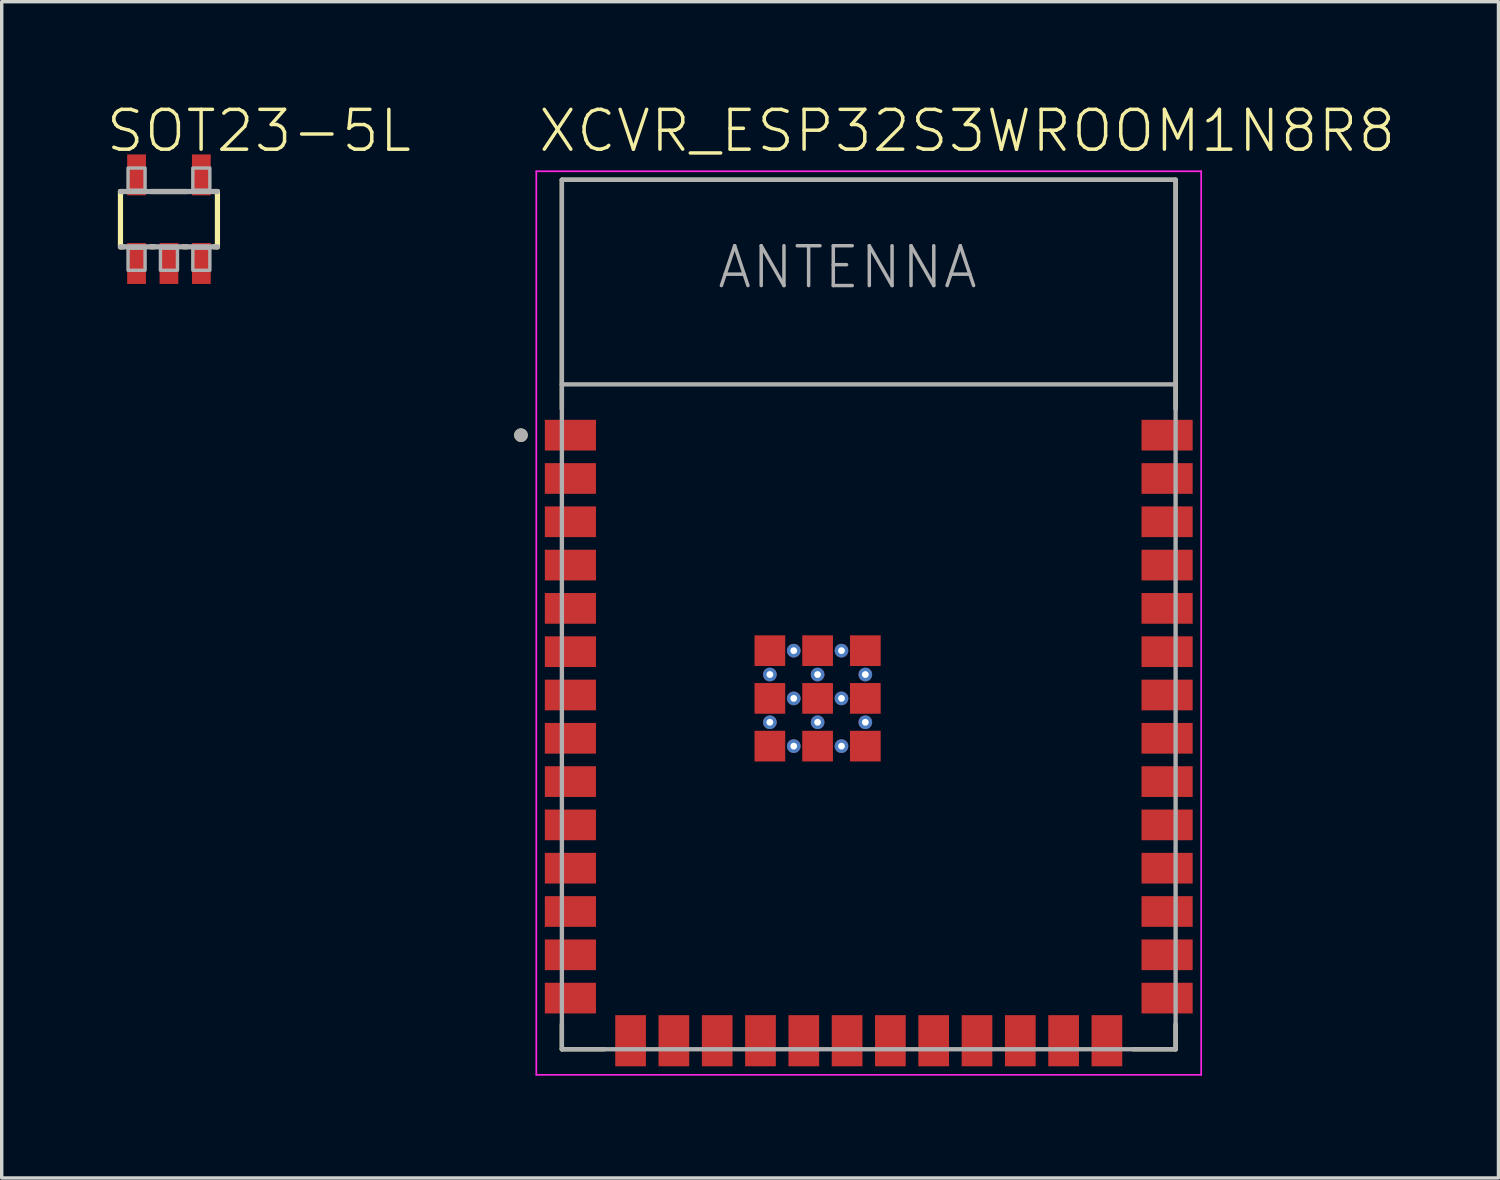
<source format=kicad_pcb>
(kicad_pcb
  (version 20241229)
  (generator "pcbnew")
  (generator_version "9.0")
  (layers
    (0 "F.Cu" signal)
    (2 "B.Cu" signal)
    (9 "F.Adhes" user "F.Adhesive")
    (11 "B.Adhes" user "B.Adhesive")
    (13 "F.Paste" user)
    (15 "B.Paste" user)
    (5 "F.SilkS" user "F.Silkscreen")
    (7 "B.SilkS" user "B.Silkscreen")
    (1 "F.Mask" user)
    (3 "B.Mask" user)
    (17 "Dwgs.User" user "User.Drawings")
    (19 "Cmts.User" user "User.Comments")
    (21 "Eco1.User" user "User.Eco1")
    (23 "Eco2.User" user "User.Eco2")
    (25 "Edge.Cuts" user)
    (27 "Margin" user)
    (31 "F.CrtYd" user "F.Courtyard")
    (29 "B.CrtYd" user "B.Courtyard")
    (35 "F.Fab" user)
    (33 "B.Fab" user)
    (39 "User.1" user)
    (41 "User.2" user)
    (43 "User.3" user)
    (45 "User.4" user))
  (footprint "SOT23-5L"
    (layer "F.Cu")
    (at 1.905 3.378)
    (property "Reference" "SOT23-5L" (at -1.905 -1.905 0) (unlocked yes) (layer "F.SilkS") (effects (font (size 1.168 1.168) (thickness 0.102)) (justify left bottom)))
    (fp_line (start -1.422 -0.81) (end -1.328 -0.81) (stroke (width 0.152) (type solid)) (layer "F.SilkS"))
    (fp_line (start -1.422 0.81) (end -1.422 -0.81) (stroke (width 0.152) (type solid)) (layer "F.SilkS"))
    (fp_line (start -1.328 0.81) (end -1.422 0.81) (stroke (width 0.152) (type solid)) (layer "F.SilkS"))
    (fp_line (start -0.522 -0.81) (end 0.522 -0.81) (stroke (width 0.152) (type solid)) (layer "F.SilkS"))
    (fp_line (start -0.428 0.81) (end -0.522 0.81) (stroke (width 0.152) (type solid)) (layer "F.SilkS"))
    (fp_line (start 0.522 0.81) (end 0.428 0.81) (stroke (width 0.152) (type solid)) (layer "F.SilkS"))
    (fp_line (start 1.328 -0.81) (end 1.422 -0.81) (stroke (width 0.152) (type solid)) (layer "F.SilkS"))
    (fp_line (start 1.422 -0.81) (end 1.422 0.81) (stroke (width 0.152) (type solid)) (layer "F.SilkS"))
    (fp_line (start 1.422 0.81) (end 1.328 0.81) (stroke (width 0.152) (type solid)) (layer "F.SilkS"))
    (fp_line (start -1.422 -0.81) (end 1.422 -0.81) (stroke (width 0.152) (type solid)) (layer "F.Fab"))
    (fp_line (start 1.422 0.81) (end -1.422 0.81) (stroke (width 0.152) (type solid)) (layer "F.Fab"))
    (fp_poly (pts (xy -1.2 -0.85) (xy -0.7 -0.85) (xy -0.7 -1.5) (xy -1.2 -1.5)) (stroke (width 0.1) (type default)) (fill no) (layer "F.Fab"))
    (fp_poly (pts (xy -1.2 1.5) (xy -0.7 1.5) (xy -0.7 0.85) (xy -1.2 0.85)) (stroke (width 0.1) (type default)) (fill no) (layer "F.Fab"))
    (fp_poly (pts (xy -0.25 1.5) (xy 0.25 1.5) (xy 0.25 0.85) (xy -0.25 0.85)) (stroke (width 0.1) (type default)) (fill no) (layer "F.Fab"))
    (fp_poly (pts (xy 0.7 -0.85) (xy 1.2 -0.85) (xy 1.2 -1.5) (xy 0.7 -1.5)) (stroke (width 0.1) (type default)) (fill no) (layer "F.Fab"))
    (fp_poly (pts (xy 0.7 1.5) (xy 1.2 1.5) (xy 1.2 0.85) (xy 0.7 0.85)) (stroke (width 0.1) (type default)) (fill no) (layer "F.Fab"))
    (pad "1" smd rect (at -0.95 1.3) (size 0.55 1.2) (layers "F.Cu" "F.Mask" "F.Paste"))
    (pad "2" smd rect (at 0 1.3) (size 0.55 1.2) (layers "F.Cu" "F.Mask" "F.Paste"))
    (pad "3" smd rect (at 0.95 1.3) (size 0.55 1.2) (layers "F.Cu" "F.Mask" "F.Paste"))
    (pad "4" smd rect (at 0.95 -1.3) (size 0.55 1.2) (layers "F.Cu" "F.Mask" "F.Paste"))
    (pad "5" smd rect (at -0.95 -1.3) (size 0.55 1.2) (layers "F.Cu" "F.Mask" "F.Paste")))
  (footprint "XCVR_ESP32S3WROOM1N8R8"
    (layer "F.Cu")
    (at 22.429 14.973)
    (property "Reference" "XCVR_ESP32S3WROOM1N8R8" (at -9.75 -13.5 0) (unlocked yes) (layer "F.SilkS") (effects (font (size 1.168 1.168) (thickness 0.102)) (justify left bottom)))
    (fp_line (start -9 -12.75) (end 9 -12.75) (stroke (width 0.127) (type solid)) (layer "F.SilkS"))
    (fp_line (start -9 -6.03) (end -9 -12.75) (stroke (width 0.127) (type solid)) (layer "F.SilkS"))
    (fp_line (start -9 12.02) (end -9 12.75) (stroke (width 0.127) (type solid)) (layer "F.SilkS"))
    (fp_line (start -9 12.75) (end -7.755 12.75) (stroke (width 0.127) (type solid)) (layer "F.SilkS"))
    (fp_line (start 9 -12.75) (end 9 -6.03) (stroke (width 0.127) (type solid)) (layer "F.SilkS"))
    (fp_line (start 9 12.02) (end 9 12.75) (stroke (width 0.127) (type solid)) (layer "F.SilkS"))
    (fp_line (start 9 12.75) (end 7.755 12.75) (stroke (width 0.127) (type solid)) (layer "F.SilkS"))
    (fp_circle (center -10.2 -5.26) (end -10.1 -5.26) (stroke (width 0.2) (type solid)) (fill no) (layer "F.SilkS"))
    (fp_line (start -9.75 -13) (end 9.75 -13) (stroke (width 0.05) (type solid)) (layer "F.CrtYd"))
    (fp_line (start -9.75 13.5) (end -9.75 -13) (stroke (width 0.05) (type solid)) (layer "F.CrtYd"))
    (fp_line (start -9.75 13.5) (end 9.75 13.5) (stroke (width 0.05) (type solid)) (layer "F.CrtYd"))
    (fp_line (start 9.75 -13) (end 9.75 13.5) (stroke (width 0.05) (type solid)) (layer "F.CrtYd"))
    (fp_line (start -9 -12.75) (end 9 -12.75) (stroke (width 0.127) (type solid)) (layer "F.Fab"))
    (fp_line (start -9 -6.75) (end -9 -12.75) (stroke (width 0.127) (type solid)) (layer "F.Fab"))
    (fp_line (start -9 -6.75) (end 9 -6.75) (stroke (width 0.127) (type solid)) (layer "F.Fab"))
    (fp_line (start -9 12.75) (end -9 -6.75) (stroke (width 0.127) (type solid)) (layer "F.Fab"))
    (fp_line (start 9 -12.75) (end 9 -6.75) (stroke (width 0.127) (type solid)) (layer "F.Fab"))
    (fp_line (start 9 -6.75) (end 9 12.75) (stroke (width 0.127) (type solid)) (layer "F.Fab"))
    (fp_line (start 9 12.75) (end -9 12.75) (stroke (width 0.127) (type solid)) (layer "F.Fab"))
    (fp_circle (center -10.2 -5.26) (end -10.1 -5.26) (stroke (width 0.2) (type solid)) (fill no) (layer "F.Fab"))
    (fp_text user "ANTENNA" (at -4.5 -9.5 0) (unlocked yes) (layer "F.Fab") (effects (font (size 1.168 1.168) (thickness 0.102)) (justify left bottom)))
    (pad "1" smd rect (at -8.75 -5.26) (size 1.5 0.9) (layers "F.Cu" "F.Mask" "F.Paste"))
    (pad "2" smd rect (at -8.75 -3.99) (size 1.5 0.9) (layers "F.Cu" "F.Mask" "F.Paste"))
    (pad "3" smd rect (at -8.75 -2.72) (size 1.5 0.9) (layers "F.Cu" "F.Mask" "F.Paste"))
    (pad "4" smd rect (at -8.75 -1.45) (size 1.5 0.9) (layers "F.Cu" "F.Mask" "F.Paste"))
    (pad "5" smd rect (at -8.75 -0.18) (size 1.5 0.9) (layers "F.Cu" "F.Mask" "F.Paste"))
    (pad "6" smd rect (at -8.75 1.09) (size 1.5 0.9) (layers "F.Cu" "F.Mask" "F.Paste"))
    (pad "7" smd rect (at -8.75 2.36) (size 1.5 0.9) (layers "F.Cu" "F.Mask" "F.Paste"))
    (pad "8" smd rect (at -8.75 3.63) (size 1.5 0.9) (layers "F.Cu" "F.Mask" "F.Paste"))
    (pad "9" smd rect (at -8.75 4.9) (size 1.5 0.9) (layers "F.Cu" "F.Mask" "F.Paste"))
    (pad "10" smd rect (at -8.75 6.17) (size 1.5 0.9) (layers "F.Cu" "F.Mask" "F.Paste"))
    (pad "11" smd rect (at -8.75 7.44) (size 1.5 0.9) (layers "F.Cu" "F.Mask" "F.Paste"))
    (pad "12" smd rect (at -8.75 8.71) (size 1.5 0.9) (layers "F.Cu" "F.Mask" "F.Paste"))
    (pad "13" smd rect (at -8.75 9.98) (size 1.5 0.9) (layers "F.Cu" "F.Mask" "F.Paste"))
    (pad "14" smd rect (at -8.75 11.25) (size 1.5 0.9) (layers "F.Cu" "F.Mask" "F.Paste"))
    (pad "15" smd rect (at -6.985 12.5) (size 0.9 1.5) (layers "F.Cu" "F.Mask" "F.Paste"))
    (pad "16" smd rect (at -5.715 12.5) (size 0.9 1.5) (layers "F.Cu" "F.Mask" "F.Paste"))
    (pad "17" smd rect (at -4.445 12.5) (size 0.9 1.5) (layers "F.Cu" "F.Mask" "F.Paste"))
    (pad "18" smd rect (at -3.175 12.5) (size 0.9 1.5) (layers "F.Cu" "F.Mask" "F.Paste"))
    (pad "19" smd rect (at -1.905 12.5) (size 0.9 1.5) (layers "F.Cu" "F.Mask" "F.Paste"))
    (pad "20" smd rect (at -0.635 12.5) (size 0.9 1.5) (layers "F.Cu" "F.Mask" "F.Paste"))
    (pad "21" smd rect (at 0.635 12.5) (size 0.9 1.5) (layers "F.Cu" "F.Mask" "F.Paste"))
    (pad "22" smd rect (at 1.905 12.5) (size 0.9 1.5) (layers "F.Cu" "F.Mask" "F.Paste"))
    (pad "23" smd rect (at 3.175 12.5) (size 0.9 1.5) (layers "F.Cu" "F.Mask" "F.Paste"))
    (pad "24" smd rect (at 4.445 12.5) (size 0.9 1.5) (layers "F.Cu" "F.Mask" "F.Paste"))
    (pad "25" smd rect (at 5.715 12.5) (size 0.9 1.5) (layers "F.Cu" "F.Mask" "F.Paste"))
    (pad "26" smd rect (at 6.985 12.5) (size 0.9 1.5) (layers "F.Cu" "F.Mask" "F.Paste"))
    (pad "27" smd rect (at 8.75 11.25) (size 1.5 0.9) (layers "F.Cu" "F.Mask" "F.Paste"))
    (pad "28" smd rect (at 8.75 9.98) (size 1.5 0.9) (layers "F.Cu" "F.Mask" "F.Paste"))
    (pad "29" smd rect (at 8.75 8.71) (size 1.5 0.9) (layers "F.Cu" "F.Mask" "F.Paste"))
    (pad "30" smd rect (at 8.75 7.44) (size 1.5 0.9) (layers "F.Cu" "F.Mask" "F.Paste"))
    (pad "31" smd rect (at 8.75 6.17) (size 1.5 0.9) (layers "F.Cu" "F.Mask" "F.Paste"))
    (pad "32" smd rect (at 8.75 4.9) (size 1.5 0.9) (layers "F.Cu" "F.Mask" "F.Paste"))
    (pad "33" smd rect (at 8.75 3.63) (size 1.5 0.9) (layers "F.Cu" "F.Mask" "F.Paste"))
    (pad "34" smd rect (at 8.75 2.36) (size 1.5 0.9) (layers "F.Cu" "F.Mask" "F.Paste"))
    (pad "35" smd rect (at 8.75 1.09) (size 1.5 0.9) (layers "F.Cu" "F.Mask" "F.Paste"))
    (pad "36" smd rect (at 8.75 -0.18) (size 1.5 0.9) (layers "F.Cu" "F.Mask" "F.Paste"))
    (pad "37" smd rect (at 8.75 -1.45) (size 1.5 0.9) (layers "F.Cu" "F.Mask" "F.Paste"))
    (pad "38" smd rect (at 8.75 -2.72) (size 1.5 0.9) (layers "F.Cu" "F.Mask" "F.Paste"))
    (pad "39" smd rect (at 8.75 -3.99) (size 1.5 0.9) (layers "F.Cu" "F.Mask" "F.Paste"))
    (pad "40" smd rect (at 8.75 -5.26) (size 1.5 0.9) (layers "F.Cu" "F.Mask" "F.Paste"))
    (pad "41_1" smd rect (at -1.5 2.46) (size 0.9 0.9) (layers "F.Cu" "F.Mask" "F.Paste"))
    (pad "41_2" smd rect (at -2.9 2.46) (size 0.9 0.9) (layers "F.Cu" "F.Mask" "F.Paste"))
    (pad "41_3" smd rect (at -0.1 2.46) (size 0.9 0.9) (layers "F.Cu" "F.Mask" "F.Paste"))
    (pad "41_4" smd rect (at -2.9 3.86) (size 0.9 0.9) (layers "F.Cu" "F.Mask" "F.Paste"))
    (pad "41_5" smd rect (at -1.5 3.86) (size 0.9 0.9) (layers "F.Cu" "F.Mask" "F.Paste"))
    (pad "41_6" smd rect (at -0.1 3.86) (size 0.9 0.9) (layers "F.Cu" "F.Mask" "F.Paste"))
    (pad "41_7" smd rect (at -2.9 1.06) (size 0.9 0.9) (layers "F.Cu" "F.Mask" "F.Paste"))
    (pad "41_8" smd rect (at -1.5 1.06) (size 0.9 0.9) (layers "F.Cu" "F.Mask" "F.Paste"))
    (pad "41_9" smd rect (at -0.1 1.06) (size 0.9 0.9) (layers "F.Cu" "F.Mask" "F.Paste"))
    (pad "41_10" thru_hole circle (at -1.5 1.76) (size 0.4 0.4) (drill 0.2) (layers "*.Cu"))
    (pad "41_11" thru_hole circle (at -2.9 1.76) (size 0.4 0.4) (drill 0.2) (layers "*.Cu"))
    (pad "41_12" thru_hole circle (at -0.1 1.76) (size 0.4 0.4) (drill 0.2) (layers "*.Cu"))
    (pad "41_13" thru_hole circle (at -2.9 3.16) (size 0.4 0.4) (drill 0.2) (layers "*.Cu"))
    (pad "41_14" thru_hole circle (at -1.5 3.16) (size 0.4 0.4) (drill 0.2) (layers "*.Cu"))
    (pad "41_15" thru_hole circle (at -0.1 3.16) (size 0.4 0.4) (drill 0.2) (layers "*.Cu"))
    (pad "41_16" thru_hole circle (at -2.2 1.06) (size 0.4 0.4) (drill 0.2) (layers "*.Cu"))
    (pad "41_17" thru_hole circle (at -0.8 1.06) (size 0.4 0.4) (drill 0.2) (layers "*.Cu"))
    (pad "41_18" thru_hole circle (at -2.2 2.46) (size 0.4 0.4) (drill 0.2) (layers "*.Cu"))
    (pad "41_19" thru_hole circle (at -0.8 2.46) (size 0.4 0.4) (drill 0.2) (layers "*.Cu"))
    (pad "41_20" thru_hole circle (at -2.2 3.86) (size 0.4 0.4) (drill 0.2) (layers "*.Cu"))
    (pad "41_21" thru_hole circle (at -0.8 3.86) (size 0.4 0.4) (drill 0.2) (layers "*.Cu"))
    (zone (net_name "") (layer "F.Cu") (hatch edge 0.5) (connect_pads) (min_thickness 0.25) (filled_areas_thickness no) (keepout (tracks not_allowed) (vias not_allowed) (pads not_allowed) (copperpour not_allowed) (footprints allowed)) (placement (enabled no)) (fill) (polygon (pts (xy 13.429 8.223) (xy 31.429 8.223) (xy 31.429 2.223) (xy 13.429 2.223))))
    (zone (net_name "") (layers "F.Cu" "B.Cu") (hatch edge 0.5) (connect_pads) (min_thickness 0.25) (filled_areas_thickness no) (keepout (tracks allowed) (vias not_allowed) (pads allowed) (copperpour allowed) (footprints allowed)) (placement (enabled no)) (fill) (polygon (pts (xy 13.429 8.223) (xy 31.429 8.223) (xy 31.429 2.223) (xy 13.429 2.223))))
    (zone (net_name "") (layer "B.Cu") (hatch edge 0.5) (connect_pads) (min_thickness 0.25) (filled_areas_thickness no) (keepout (tracks not_allowed) (vias not_allowed) (pads not_allowed) (copperpour not_allowed) (footprints allowed)) (placement (enabled no)) (fill) (polygon (pts (xy 13.429 8.223) (xy 31.429 8.223) (xy 31.429 2.223) (xy 13.429 2.223)))))
  (gr_rect
    (start -3 -3)
    (end 40.898 31.498)
    (stroke (width 0.1) (type default))
    (fill no)
    (layer "Edge.Cuts")))
</source>
